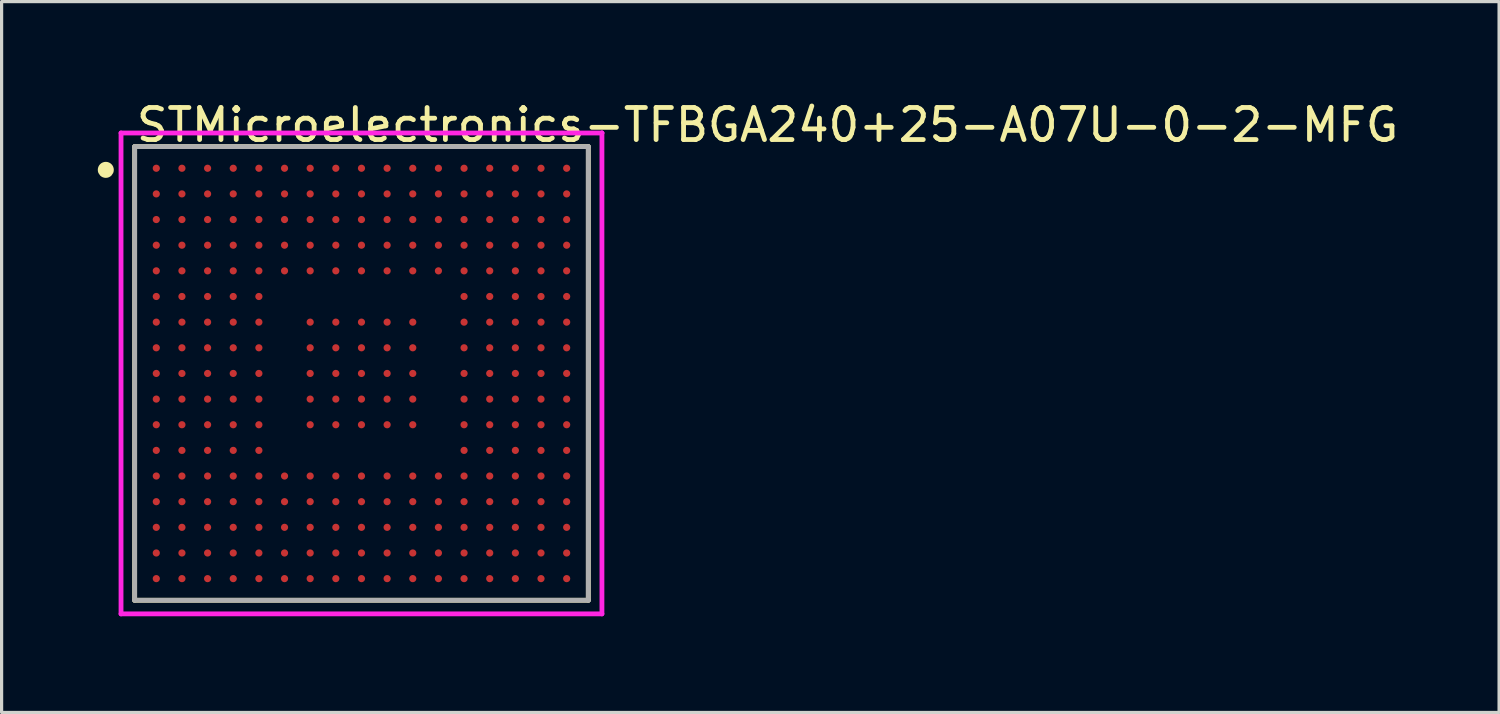
<source format=kicad_pcb>
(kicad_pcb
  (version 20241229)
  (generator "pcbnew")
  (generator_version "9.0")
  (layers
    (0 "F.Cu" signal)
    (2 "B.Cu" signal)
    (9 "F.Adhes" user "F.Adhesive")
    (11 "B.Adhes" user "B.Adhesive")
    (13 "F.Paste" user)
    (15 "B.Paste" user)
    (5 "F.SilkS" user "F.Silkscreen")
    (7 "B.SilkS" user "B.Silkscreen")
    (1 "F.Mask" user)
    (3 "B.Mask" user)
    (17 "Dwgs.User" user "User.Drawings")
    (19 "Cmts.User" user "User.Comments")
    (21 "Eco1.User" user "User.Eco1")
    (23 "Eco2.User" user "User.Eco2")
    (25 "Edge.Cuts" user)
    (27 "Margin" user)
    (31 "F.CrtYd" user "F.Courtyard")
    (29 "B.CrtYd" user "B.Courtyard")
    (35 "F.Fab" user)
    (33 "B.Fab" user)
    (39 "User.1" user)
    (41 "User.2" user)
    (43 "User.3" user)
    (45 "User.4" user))
  (footprint "STMicroelectronics-TFBGA240+25-A07U-0-2-MFG"
    (layer "F.Cu")
    (at 8.225 8.598)
    (property "Reference" "STMicroelectronics-TFBGA240+25-A07U-0-2-MFG" (at -7.1 -7.75 0) (layer "F.SilkS") (effects (font (size 1 1) (thickness 0.15)) (justify left)))
    (attr through_hole)
    (fp_line (start -7.075 -7.075) (end 7.075 -7.075) (stroke (width 0.15) (type solid)) (layer "F.SilkS"))
    (fp_line (start -7.075 7.075) (end -7.075 -7.075) (stroke (width 0.15) (type solid)) (layer "F.SilkS"))
    (fp_line (start -7.075 7.075) (end 7.075 7.075) (stroke (width 0.15) (type solid)) (layer "F.SilkS"))
    (fp_line (start 7.075 7.075) (end 7.075 -7.075) (stroke (width 0.15) (type solid)) (layer "F.SilkS"))
    (fp_circle (center -7.975 -6.35) (end -7.85 -6.35) (stroke (width 0.25) (type solid)) (fill no) (layer "F.SilkS"))
    (fp_line (start -7.5 -7.5) (end -7.5 7.5) (stroke (width 0.15) (type solid)) (layer "F.CrtYd"))
    (fp_line (start -7.5 7.5) (end 7.5 7.5) (stroke (width 0.15) (type solid)) (layer "F.CrtYd"))
    (fp_line (start 7.5 -7.5) (end -7.5 -7.5) (stroke (width 0.15) (type solid)) (layer "F.CrtYd"))
    (fp_line (start 7.5 -7.5) (end 7.5 -7.5) (stroke (width 0.15) (type solid)) (layer "F.CrtYd"))
    (fp_line (start 7.5 7.5) (end 7.5 -7.5) (stroke (width 0.15) (type solid)) (layer "F.CrtYd"))
    (fp_line (start -7.075 -7.075) (end 7.075 -7.075) (stroke (width 0.15) (type solid)) (layer "F.Fab"))
    (fp_line (start -7.075 7.075) (end -7.075 -7.075) (stroke (width 0.15) (type solid)) (layer "F.Fab"))
    (fp_line (start 7.075 -7.075) (end 7.075 7.075) (stroke (width 0.15) (type solid)) (layer "F.Fab"))
    (fp_line (start 7.075 7.075) (end -7.075 7.075) (stroke (width 0.15) (type solid)) (layer "F.Fab"))
    (pad "" smd circle (at -6.4 -6.4) (size 0.25 0.25) (layers "F.Paste"))
    (pad "" smd circle (at -6.4 -5.6) (size 0.25 0.25) (layers "F.Paste"))
    (pad "" smd circle (at -6.4 -4.8) (size 0.25 0.25) (layers "F.Paste"))
    (pad "" smd circle (at -6.4 -4) (size 0.25 0.25) (layers "F.Paste"))
    (pad "" smd circle (at -6.4 -3.2) (size 0.25 0.25) (layers "F.Paste"))
    (pad "" smd circle (at -6.4 -2.4) (size 0.25 0.25) (layers "F.Paste"))
    (pad "" smd circle (at -6.4 -1.6) (size 0.25 0.25) (layers "F.Paste"))
    (pad "" smd circle (at -6.4 -0.8) (size 0.25 0.25) (layers "F.Paste"))
    (pad "" smd circle (at -6.4 0.000002) (size 0.25 0.25) (layers "F.Paste"))
    (pad "" smd circle (at -6.4 0.8) (size 0.25 0.25) (layers "F.Paste"))
    (pad "" smd circle (at -6.4 1.6) (size 0.25 0.25) (layers "F.Paste"))
    (pad "" smd circle (at -6.4 2.4) (size 0.25 0.25) (layers "F.Paste"))
    (pad "" smd circle (at -6.4 3.2) (size 0.25 0.25) (layers "F.Paste"))
    (pad "" smd circle (at -6.4 4) (size 0.25 0.25) (layers "F.Paste"))
    (pad "" smd circle (at -6.4 4.8) (size 0.25 0.25) (layers "F.Paste"))
    (pad "" smd circle (at -6.4 5.6) (size 0.25 0.25) (layers "F.Paste"))
    (pad "" smd circle (at -6.4 6.4) (size 0.25 0.25) (layers "F.Paste"))
    (pad "" smd circle (at -5.6 -6.4) (size 0.25 0.25) (layers "F.Paste"))
    (pad "" smd circle (at -5.6 -5.6) (size 0.25 0.25) (layers "F.Paste"))
    (pad "" smd circle (at -5.6 -4.8) (size 0.25 0.25) (layers "F.Paste"))
    (pad "" smd circle (at -5.6 -4) (size 0.25 0.25) (layers "F.Paste"))
    (pad "" smd circle (at -5.6 -3.2) (size 0.25 0.25) (layers "F.Paste"))
    (pad "" smd circle (at -5.6 -2.4) (size 0.25 0.25) (layers "F.Paste"))
    (pad "" smd circle (at -5.6 -1.6) (size 0.25 0.25) (layers "F.Paste"))
    (pad "" smd circle (at -5.6 -0.8) (size 0.25 0.25) (layers "F.Paste"))
    (pad "" smd circle (at -5.6 0.000002) (size 0.25 0.25) (layers "F.Paste"))
    (pad "" smd circle (at -5.6 0.8) (size 0.25 0.25) (layers "F.Paste"))
    (pad "" smd circle (at -5.6 1.6) (size 0.25 0.25) (layers "F.Paste"))
    (pad "" smd circle (at -5.6 2.4) (size 0.25 0.25) (layers "F.Paste"))
    (pad "" smd circle (at -5.6 3.2) (size 0.25 0.25) (layers "F.Paste"))
    (pad "" smd circle (at -5.6 4) (size 0.25 0.25) (layers "F.Paste"))
    (pad "" smd circle (at -5.6 4.8) (size 0.25 0.25) (layers "F.Paste"))
    (pad "" smd circle (at -5.6 5.6) (size 0.25 0.25) (layers "F.Paste"))
    (pad "" smd circle (at -5.6 6.4) (size 0.25 0.25) (layers "F.Paste"))
    (pad "" smd circle (at -4.8 -6.4) (size 0.25 0.25) (layers "F.Paste"))
    (pad "" smd circle (at -4.8 -5.6) (size 0.25 0.25) (layers "F.Paste"))
    (pad "" smd circle (at -4.8 -4.8) (size 0.25 0.25) (layers "F.Paste"))
    (pad "" smd circle (at -4.8 -4) (size 0.25 0.25) (layers "F.Paste"))
    (pad "" smd circle (at -4.8 -3.2) (size 0.25 0.25) (layers "F.Paste"))
    (pad "" smd circle (at -4.8 -2.4) (size 0.25 0.25) (layers "F.Paste"))
    (pad "" smd circle (at -4.8 -1.6) (size 0.25 0.25) (layers "F.Paste"))
    (pad "" smd circle (at -4.8 -0.8) (size 0.25 0.25) (layers "F.Paste"))
    (pad "" smd circle (at -4.8 0.000002) (size 0.25 0.25) (layers "F.Paste"))
    (pad "" smd circle (at -4.8 0.8) (size 0.25 0.25) (layers "F.Paste"))
    (pad "" smd circle (at -4.8 1.6) (size 0.25 0.25) (layers "F.Paste"))
    (pad "" smd circle (at -4.8 2.4) (size 0.25 0.25) (layers "F.Paste"))
    (pad "" smd circle (at -4.8 3.2) (size 0.25 0.25) (layers "F.Paste"))
    (pad "" smd circle (at -4.8 4) (size 0.25 0.25) (layers "F.Paste"))
    (pad "" smd circle (at -4.8 4.8) (size 0.25 0.25) (layers "F.Paste"))
    (pad "" smd circle (at -4.8 5.6) (size 0.25 0.25) (layers "F.Paste"))
    (pad "" smd circle (at -4.8 6.4) (size 0.25 0.25) (layers "F.Paste"))
    (pad "" smd circle (at -4 -6.4) (size 0.25 0.25) (layers "F.Paste"))
    (pad "" smd circle (at -4 -5.6) (size 0.25 0.25) (layers "F.Paste"))
    (pad "" smd circle (at -4 -4.8) (size 0.25 0.25) (layers "F.Paste"))
    (pad "" smd circle (at -4 -4) (size 0.25 0.25) (layers "F.Paste"))
    (pad "" smd circle (at -4 -3.2) (size 0.25 0.25) (layers "F.Paste"))
    (pad "" smd circle (at -4 -2.4) (size 0.25 0.25) (layers "F.Paste"))
    (pad "" smd circle (at -4 -1.6) (size 0.25 0.25) (layers "F.Paste"))
    (pad "" smd circle (at -4 -0.8) (size 0.25 0.25) (layers "F.Paste"))
    (pad "" smd circle (at -4 0.000002) (size 0.25 0.25) (layers "F.Paste"))
    (pad "" smd circle (at -4 0.8) (size 0.25 0.25) (layers "F.Paste"))
    (pad "" smd circle (at -4 1.6) (size 0.25 0.25) (layers "F.Paste"))
    (pad "" smd circle (at -4 2.4) (size 0.25 0.25) (layers "F.Paste"))
    (pad "" smd circle (at -4 3.2) (size 0.25 0.25) (layers "F.Paste"))
    (pad "" smd circle (at -4 4) (size 0.25 0.25) (layers "F.Paste"))
    (pad "" smd circle (at -4 4.8) (size 0.25 0.25) (layers "F.Paste"))
    (pad "" smd circle (at -4 5.6) (size 0.25 0.25) (layers "F.Paste"))
    (pad "" smd circle (at -4 6.4) (size 0.25 0.25) (layers "F.Paste"))
    (pad "" smd circle (at -3.2 -6.4) (size 0.25 0.25) (layers "F.Paste"))
    (pad "" smd circle (at -3.2 -5.6) (size 0.25 0.25) (layers "F.Paste"))
    (pad "" smd circle (at -3.2 -4.8) (size 0.25 0.25) (layers "F.Paste"))
    (pad "" smd circle (at -3.2 -4) (size 0.25 0.25) (layers "F.Paste"))
    (pad "" smd circle (at -3.2 -3.2) (size 0.25 0.25) (layers "F.Paste"))
    (pad "" smd circle (at -3.2 -2.4) (size 0.25 0.25) (layers "F.Paste"))
    (pad "" smd circle (at -3.2 -1.6) (size 0.25 0.25) (layers "F.Paste"))
    (pad "" smd circle (at -3.2 -0.8) (size 0.25 0.25) (layers "F.Paste"))
    (pad "" smd circle (at -3.2 0.000002) (size 0.25 0.25) (layers "F.Paste"))
    (pad "" smd circle (at -3.2 0.8) (size 0.25 0.25) (layers "F.Paste"))
    (pad "" smd circle (at -3.2 1.6) (size 0.25 0.25) (layers "F.Paste"))
    (pad "" smd circle (at -3.2 2.4) (size 0.25 0.25) (layers "F.Paste"))
    (pad "" smd circle (at -3.2 3.2) (size 0.25 0.25) (layers "F.Paste"))
    (pad "" smd circle (at -3.2 4) (size 0.25 0.25) (layers "F.Paste"))
    (pad "" smd circle (at -3.2 4.8) (size 0.25 0.25) (layers "F.Paste"))
    (pad "" smd circle (at -3.2 5.6) (size 0.25 0.25) (layers "F.Paste"))
    (pad "" smd circle (at -3.2 6.4) (size 0.25 0.25) (layers "F.Paste"))
    (pad "" smd circle (at -2.4 -6.4) (size 0.25 0.25) (layers "F.Paste"))
    (pad "" smd circle (at -2.4 -5.6) (size 0.25 0.25) (layers "F.Paste"))
    (pad "" smd circle (at -2.4 -4.8) (size 0.25 0.25) (layers "F.Paste"))
    (pad "" smd circle (at -2.4 -4) (size 0.25 0.25) (layers "F.Paste"))
    (pad "" smd circle (at -2.4 -3.2) (size 0.25 0.25) (layers "F.Paste"))
    (pad "" smd circle (at -2.4 3.2) (size 0.25 0.25) (layers "F.Paste"))
    (pad "" smd circle (at -2.4 4) (size 0.25 0.25) (layers "F.Paste"))
    (pad "" smd circle (at -2.4 4.8) (size 0.25 0.25) (layers "F.Paste"))
    (pad "" smd circle (at -2.4 5.6) (size 0.25 0.25) (layers "F.Paste"))
    (pad "" smd circle (at -2.4 6.4) (size 0.25 0.25) (layers "F.Paste"))
    (pad "" smd circle (at -1.6 -6.4) (size 0.25 0.25) (layers "F.Paste"))
    (pad "" smd circle (at -1.6 -5.6) (size 0.25 0.25) (layers "F.Paste"))
    (pad "" smd circle (at -1.6 -4.8) (size 0.25 0.25) (layers "F.Paste"))
    (pad "" smd circle (at -1.6 -4) (size 0.25 0.25) (layers "F.Paste"))
    (pad "" smd circle (at -1.6 -3.2) (size 0.25 0.25) (layers "F.Paste"))
    (pad "" smd circle (at -1.6 -1.6) (size 0.25 0.25) (layers "F.Paste"))
    (pad "" smd circle (at -1.6 -0.8) (size 0.25 0.25) (layers "F.Paste"))
    (pad "" smd circle (at -1.6 0.000002) (size 0.25 0.25) (layers "F.Paste"))
    (pad "" smd circle (at -1.6 0.8) (size 0.25 0.25) (layers "F.Paste"))
    (pad "" smd circle (at -1.6 1.6) (size 0.25 0.25) (layers "F.Paste"))
    (pad "" smd circle (at -1.6 3.2) (size 0.25 0.25) (layers "F.Paste"))
    (pad "" smd circle (at -1.6 4) (size 0.25 0.25) (layers "F.Paste"))
    (pad "" smd circle (at -1.6 4.8) (size 0.25 0.25) (layers "F.Paste"))
    (pad "" smd circle (at -1.6 5.6) (size 0.25 0.25) (layers "F.Paste"))
    (pad "" smd circle (at -1.6 6.4) (size 0.25 0.25) (layers "F.Paste"))
    (pad "" smd circle (at -0.8 -6.4) (size 0.25 0.25) (layers "F.Paste"))
    (pad "" smd circle (at -0.8 -5.6) (size 0.25 0.25) (layers "F.Paste"))
    (pad "" smd circle (at -0.8 -4.8) (size 0.25 0.25) (layers "F.Paste"))
    (pad "" smd circle (at -0.8 -4) (size 0.25 0.25) (layers "F.Paste"))
    (pad "" smd circle (at -0.8 -3.2) (size 0.25 0.25) (layers "F.Paste"))
    (pad "" smd circle (at -0.8 -1.6) (size 0.25 0.25) (layers "F.Paste"))
    (pad "" smd circle (at -0.8 -0.8) (size 0.25 0.25) (layers "F.Paste"))
    (pad "" smd circle (at -0.8 0.000002) (size 0.25 0.25) (layers "F.Paste"))
    (pad "" smd circle (at -0.8 0.8) (size 0.25 0.25) (layers "F.Paste"))
    (pad "" smd circle (at -0.8 1.6) (size 0.25 0.25) (layers "F.Paste"))
    (pad "" smd circle (at -0.8 3.2) (size 0.25 0.25) (layers "F.Paste"))
    (pad "" smd circle (at -0.8 4) (size 0.25 0.25) (layers "F.Paste"))
    (pad "" smd circle (at -0.8 4.8) (size 0.25 0.25) (layers "F.Paste"))
    (pad "" smd circle (at -0.8 5.6) (size 0.25 0.25) (layers "F.Paste"))
    (pad "" smd circle (at -0.8 6.4) (size 0.25 0.25) (layers "F.Paste"))
    (pad "" smd circle (at 0 -6.4) (size 0.25 0.25) (layers "F.Paste"))
    (pad "" smd circle (at 0 -5.6) (size 0.25 0.25) (layers "F.Paste"))
    (pad "" smd circle (at 0 -4.8) (size 0.25 0.25) (layers "F.Paste"))
    (pad "" smd circle (at 0 -4) (size 0.25 0.25) (layers "F.Paste"))
    (pad "" smd circle (at 0 -3.2) (size 0.25 0.25) (layers "F.Paste"))
    (pad "" smd circle (at 0 -1.6) (size 0.25 0.25) (layers "F.Paste"))
    (pad "" smd circle (at 0 -0.8) (size 0.25 0.25) (layers "F.Paste"))
    (pad "" smd circle (at 0 0.000002) (size 0.25 0.25) (layers "F.Paste"))
    (pad "" smd circle (at 0 0.8) (size 0.25 0.25) (layers "F.Paste"))
    (pad "" smd circle (at 0 1.6) (size 0.25 0.25) (layers "F.Paste"))
    (pad "" smd circle (at 0 3.2) (size 0.25 0.25) (layers "F.Paste"))
    (pad "" smd circle (at 0 4) (size 0.25 0.25) (layers "F.Paste"))
    (pad "" smd circle (at 0 4.8) (size 0.25 0.25) (layers "F.Paste"))
    (pad "" smd circle (at 0 5.6) (size 0.25 0.25) (layers "F.Paste"))
    (pad "" smd circle (at 0 6.4) (size 0.25 0.25) (layers "F.Paste"))
    (pad "" smd circle (at 0.8 -6.4) (size 0.25 0.25) (layers "F.Paste"))
    (pad "" smd circle (at 0.8 -5.6) (size 0.25 0.25) (layers "F.Paste"))
    (pad "" smd circle (at 0.8 -4.8) (size 0.25 0.25) (layers "F.Paste"))
    (pad "" smd circle (at 0.8 -4) (size 0.25 0.25) (layers "F.Paste"))
    (pad "" smd circle (at 0.8 -3.2) (size 0.25 0.25) (layers "F.Paste"))
    (pad "" smd circle (at 0.8 -1.6) (size 0.25 0.25) (layers "F.Paste"))
    (pad "" smd circle (at 0.8 -0.8) (size 0.25 0.25) (layers "F.Paste"))
    (pad "" smd circle (at 0.8 0.000002) (size 0.25 0.25) (layers "F.Paste"))
    (pad "" smd circle (at 0.8 0.8) (size 0.25 0.25) (layers "F.Paste"))
    (pad "" smd circle (at 0.8 1.6) (size 0.25 0.25) (layers "F.Paste"))
    (pad "" smd circle (at 0.8 3.2) (size 0.25 0.25) (layers "F.Paste"))
    (pad "" smd circle (at 0.8 4) (size 0.25 0.25) (layers "F.Paste"))
    (pad "" smd circle (at 0.8 4.8) (size 0.25 0.25) (layers "F.Paste"))
    (pad "" smd circle (at 0.8 5.6) (size 0.25 0.25) (layers "F.Paste"))
    (pad "" smd circle (at 0.8 6.4) (size 0.25 0.25) (layers "F.Paste"))
    (pad "" smd circle (at 1.6 -6.4) (size 0.25 0.25) (layers "F.Paste"))
    (pad "" smd circle (at 1.6 -5.6) (size 0.25 0.25) (layers "F.Paste"))
    (pad "" smd circle (at 1.6 -4.8) (size 0.25 0.25) (layers "F.Paste"))
    (pad "" smd circle (at 1.6 -4) (size 0.25 0.25) (layers "F.Paste"))
    (pad "" smd circle (at 1.6 -3.2) (size 0.25 0.25) (layers "F.Paste"))
    (pad "" smd circle (at 1.6 -1.6) (size 0.25 0.25) (layers "F.Paste"))
    (pad "" smd circle (at 1.6 -0.8) (size 0.25 0.25) (layers "F.Paste"))
    (pad "" smd circle (at 1.6 0.000002) (size 0.25 0.25) (layers "F.Paste"))
    (pad "" smd circle (at 1.6 0.8) (size 0.25 0.25) (layers "F.Paste"))
    (pad "" smd circle (at 1.6 1.6) (size 0.25 0.25) (layers "F.Paste"))
    (pad "" smd circle (at 1.6 3.2) (size 0.25 0.25) (layers "F.Paste"))
    (pad "" smd circle (at 1.6 4) (size 0.25 0.25) (layers "F.Paste"))
    (pad "" smd circle (at 1.6 4.8) (size 0.25 0.25) (layers "F.Paste"))
    (pad "" smd circle (at 1.6 5.6) (size 0.25 0.25) (layers "F.Paste"))
    (pad "" smd circle (at 1.6 6.4) (size 0.25 0.25) (layers "F.Paste"))
    (pad "" smd circle (at 2.4 -6.4) (size 0.25 0.25) (layers "F.Paste"))
    (pad "" smd circle (at 2.4 -5.6) (size 0.25 0.25) (layers "F.Paste"))
    (pad "" smd circle (at 2.4 -4.8) (size 0.25 0.25) (layers "F.Paste"))
    (pad "" smd circle (at 2.4 -4) (size 0.25 0.25) (layers "F.Paste"))
    (pad "" smd circle (at 2.4 -3.2) (size 0.25 0.25) (layers "F.Paste"))
    (pad "" smd circle (at 2.4 3.2) (size 0.25 0.25) (layers "F.Paste"))
    (pad "" smd circle (at 2.4 4) (size 0.25 0.25) (layers "F.Paste"))
    (pad "" smd circle (at 2.4 4.8) (size 0.25 0.25) (layers "F.Paste"))
    (pad "" smd circle (at 2.4 5.6) (size 0.25 0.25) (layers "F.Paste"))
    (pad "" smd circle (at 2.4 6.4) (size 0.25 0.25) (layers "F.Paste"))
    (pad "" smd circle (at 3.2 -6.4) (size 0.25 0.25) (layers "F.Paste"))
    (pad "" smd circle (at 3.2 -5.6) (size 0.25 0.25) (layers "F.Paste"))
    (pad "" smd circle (at 3.2 -4.8) (size 0.25 0.25) (layers "F.Paste"))
    (pad "" smd circle (at 3.2 -4) (size 0.25 0.25) (layers "F.Paste"))
    (pad "" smd circle (at 3.2 -3.2) (size 0.25 0.25) (layers "F.Paste"))
    (pad "" smd circle (at 3.2 -2.4) (size 0.25 0.25) (layers "F.Paste"))
    (pad "" smd circle (at 3.2 -1.6) (size 0.25 0.25) (layers "F.Paste"))
    (pad "" smd circle (at 3.2 -0.8) (size 0.25 0.25) (layers "F.Paste"))
    (pad "" smd circle (at 3.2 0.000002) (size 0.25 0.25) (layers "F.Paste"))
    (pad "" smd circle (at 3.2 0.8) (size 0.25 0.25) (layers "F.Paste"))
    (pad "" smd circle (at 3.2 1.6) (size 0.25 0.25) (layers "F.Paste"))
    (pad "" smd circle (at 3.2 2.4) (size 0.25 0.25) (layers "F.Paste"))
    (pad "" smd circle (at 3.2 3.2) (size 0.25 0.25) (layers "F.Paste"))
    (pad "" smd circle (at 3.2 4) (size 0.25 0.25) (layers "F.Paste"))
    (pad "" smd circle (at 3.2 4.8) (size 0.25 0.25) (layers "F.Paste"))
    (pad "" smd circle (at 3.2 5.6) (size 0.25 0.25) (layers "F.Paste"))
    (pad "" smd circle (at 3.2 6.4) (size 0.25 0.25) (layers "F.Paste"))
    (pad "" smd circle (at 4 -6.4) (size 0.25 0.25) (layers "F.Paste"))
    (pad "" smd circle (at 4 -5.6) (size 0.25 0.25) (layers "F.Paste"))
    (pad "" smd circle (at 4 -4.8) (size 0.25 0.25) (layers "F.Paste"))
    (pad "" smd circle (at 4 -4) (size 0.25 0.25) (layers "F.Paste"))
    (pad "" smd circle (at 4 -3.2) (size 0.25 0.25) (layers "F.Paste"))
    (pad "" smd circle (at 4 -2.4) (size 0.25 0.25) (layers "F.Paste"))
    (pad "" smd circle (at 4 -1.6) (size 0.25 0.25) (layers "F.Paste"))
    (pad "" smd circle (at 4 -0.8) (size 0.25 0.25) (layers "F.Paste"))
    (pad "" smd circle (at 4 0.000002) (size 0.25 0.25) (layers "F.Paste"))
    (pad "" smd circle (at 4 0.8) (size 0.25 0.25) (layers "F.Paste"))
    (pad "" smd circle (at 4 1.6) (size 0.25 0.25) (layers "F.Paste"))
    (pad "" smd circle (at 4 2.4) (size 0.25 0.25) (layers "F.Paste"))
    (pad "" smd circle (at 4 3.2) (size 0.25 0.25) (layers "F.Paste"))
    (pad "" smd circle (at 4 4) (size 0.25 0.25) (layers "F.Paste"))
    (pad "" smd circle (at 4 4.8) (size 0.25 0.25) (layers "F.Paste"))
    (pad "" smd circle (at 4 5.6) (size 0.25 0.25) (layers "F.Paste"))
    (pad "" smd circle (at 4 6.4) (size 0.25 0.25) (layers "F.Paste"))
    (pad "" smd circle (at 4.8 -6.4) (size 0.25 0.25) (layers "F.Paste"))
    (pad "" smd circle (at 4.8 -5.6) (size 0.25 0.25) (layers "F.Paste"))
    (pad "" smd circle (at 4.8 -4.8) (size 0.25 0.25) (layers "F.Paste"))
    (pad "" smd circle (at 4.8 -4) (size 0.25 0.25) (layers "F.Paste"))
    (pad "" smd circle (at 4.8 -3.2) (size 0.25 0.25) (layers "F.Paste"))
    (pad "" smd circle (at 4.8 -2.4) (size 0.25 0.25) (layers "F.Paste"))
    (pad "" smd circle (at 4.8 -1.6) (size 0.25 0.25) (layers "F.Paste"))
    (pad "" smd circle (at 4.8 -0.8) (size 0.25 0.25) (layers "F.Paste"))
    (pad "" smd circle (at 4.8 0.000002) (size 0.25 0.25) (layers "F.Paste"))
    (pad "" smd circle (at 4.8 0.8) (size 0.25 0.25) (layers "F.Paste"))
    (pad "" smd circle (at 4.8 1.6) (size 0.25 0.25) (layers "F.Paste"))
    (pad "" smd circle (at 4.8 2.4) (size 0.25 0.25) (layers "F.Paste"))
    (pad "" smd circle (at 4.8 3.2) (size 0.25 0.25) (layers "F.Paste"))
    (pad "" smd circle (at 4.8 4) (size 0.25 0.25) (layers "F.Paste"))
    (pad "" smd circle (at 4.8 4.8) (size 0.25 0.25) (layers "F.Paste"))
    (pad "" smd circle (at 4.8 5.6) (size 0.25 0.25) (layers "F.Paste"))
    (pad "" smd circle (at 4.8 6.4) (size 0.25 0.25) (layers "F.Paste"))
    (pad "" smd circle (at 5.6 -6.4) (size 0.25 0.25) (layers "F.Paste"))
    (pad "" smd circle (at 5.6 -5.6) (size 0.25 0.25) (layers "F.Paste"))
    (pad "" smd circle (at 5.6 -4.8) (size 0.25 0.25) (layers "F.Paste"))
    (pad "" smd circle (at 5.6 -4) (size 0.25 0.25) (layers "F.Paste"))
    (pad "" smd circle (at 5.6 -3.2) (size 0.25 0.25) (layers "F.Paste"))
    (pad "" smd circle (at 5.6 -2.4) (size 0.25 0.25) (layers "F.Paste"))
    (pad "" smd circle (at 5.6 -1.6) (size 0.25 0.25) (layers "F.Paste"))
    (pad "" smd circle (at 5.6 -0.8) (size 0.25 0.25) (layers "F.Paste"))
    (pad "" smd circle (at 5.6 0.000002) (size 0.25 0.25) (layers "F.Paste"))
    (pad "" smd circle (at 5.6 0.8) (size 0.25 0.25) (layers "F.Paste"))
    (pad "" smd circle (at 5.6 1.6) (size 0.25 0.25) (layers "F.Paste"))
    (pad "" smd circle (at 5.6 2.4) (size 0.25 0.25) (layers "F.Paste"))
    (pad "" smd circle (at 5.6 3.2) (size 0.25 0.25) (layers "F.Paste"))
    (pad "" smd circle (at 5.6 4) (size 0.25 0.25) (layers "F.Paste"))
    (pad "" smd circle (at 5.6 4.8) (size 0.25 0.25) (layers "F.Paste"))
    (pad "" smd circle (at 5.6 5.6) (size 0.25 0.25) (layers "F.Paste"))
    (pad "" smd circle (at 5.6 6.4) (size 0.25 0.25) (layers "F.Paste"))
    (pad "" smd circle (at 6.4 -6.4) (size 0.25 0.25) (layers "F.Paste"))
    (pad "" smd circle (at 6.4 -5.6) (size 0.25 0.25) (layers "F.Paste"))
    (pad "" smd circle (at 6.4 -4.8) (size 0.25 0.25) (layers "F.Paste"))
    (pad "" smd circle (at 6.4 -4) (size 0.25 0.25) (layers "F.Paste"))
    (pad "" smd circle (at 6.4 -3.2) (size 0.25 0.25) (layers "F.Paste"))
    (pad "" smd circle (at 6.4 -2.4) (size 0.25 0.25) (layers "F.Paste"))
    (pad "" smd circle (at 6.4 -1.6) (size 0.25 0.25) (layers "F.Paste"))
    (pad "" smd circle (at 6.4 -0.8) (size 0.25 0.25) (layers "F.Paste"))
    (pad "" smd circle (at 6.4 0.000002) (size 0.25 0.25) (layers "F.Paste"))
    (pad "" smd circle (at 6.4 0.8) (size 0.25 0.25) (layers "F.Paste"))
    (pad "" smd circle (at 6.4 1.6) (size 0.25 0.25) (layers "F.Paste"))
    (pad "" smd circle (at 6.4 2.4) (size 0.25 0.25) (layers "F.Paste"))
    (pad "" smd circle (at 6.4 3.2) (size 0.25 0.25) (layers "F.Paste"))
    (pad "" smd circle (at 6.4 4) (size 0.25 0.25) (layers "F.Paste"))
    (pad "" smd circle (at 6.4 4.8) (size 0.25 0.25) (layers "F.Paste"))
    (pad "" smd circle (at 6.4 5.6) (size 0.25 0.25) (layers "F.Paste"))
    (pad "" smd circle (at 6.4 6.4) (size 0.25 0.25) (layers "F.Paste"))
    (pad "A1" smd circle (at -6.4 -6.4) (size 0.225 0.225) (layers "F.Cu" "F.Mask"))
    (pad "A2" smd circle (at -5.6 -6.4) (size 0.225 0.225) (layers "F.Cu" "F.Mask"))
    (pad "A3" smd circle (at -4.8 -6.4) (size 0.225 0.225) (layers "F.Cu" "F.Mask"))
    (pad "A4" smd circle (at -4 -6.4) (size 0.225 0.225) (layers "F.Cu" "F.Mask"))
    (pad "A5" smd circle (at -3.2 -6.4) (size 0.225 0.225) (layers "F.Cu" "F.Mask"))
    (pad "A6" smd circle (at -2.4 -6.4) (size 0.225 0.225) (layers "F.Cu" "F.Mask"))
    (pad "A7" smd circle (at -1.6 -6.4) (size 0.225 0.225) (layers "F.Cu" "F.Mask"))
    (pad "A8" smd circle (at -0.8 -6.4) (size 0.225 0.225) (layers "F.Cu" "F.Mask"))
    (pad "A9" smd circle (at 0 -6.4) (size 0.225 0.225) (layers "F.Cu" "F.Mask"))
    (pad "A10" smd circle (at 0.8 -6.4) (size 0.225 0.225) (layers "F.Cu" "F.Mask"))
    (pad "A11" smd circle (at 1.6 -6.4) (size 0.225 0.225) (layers "F.Cu" "F.Mask"))
    (pad "A12" smd circle (at 2.4 -6.4) (size 0.225 0.225) (layers "F.Cu" "F.Mask"))
    (pad "A13" smd circle (at 3.2 -6.4) (size 0.225 0.225) (layers "F.Cu" "F.Mask"))
    (pad "A14" smd circle (at 4 -6.4) (size 0.225 0.225) (layers "F.Cu" "F.Mask"))
    (pad "A15" smd circle (at 4.8 -6.4) (size 0.225 0.225) (layers "F.Cu" "F.Mask"))
    (pad "A16" smd circle (at 5.6 -6.4) (size 0.225 0.225) (layers "F.Cu" "F.Mask"))
    (pad "A17" smd circle (at 6.4 -6.4) (size 0.225 0.225) (layers "F.Cu" "F.Mask"))
    (pad "B1" smd circle (at -6.4 -5.6) (size 0.225 0.225) (layers "F.Cu" "F.Mask"))
    (pad "B2" smd circle (at -5.6 -5.6) (size 0.225 0.225) (layers "F.Cu" "F.Mask"))
    (pad "B3" smd circle (at -4.8 -5.6) (size 0.225 0.225) (layers "F.Cu" "F.Mask"))
    (pad "B4" smd circle (at -4 -5.6) (size 0.225 0.225) (layers "F.Cu" "F.Mask"))
    (pad "B5" smd circle (at -3.2 -5.6) (size 0.225 0.225) (layers "F.Cu" "F.Mask"))
    (pad "B6" smd circle (at -2.4 -5.6) (size 0.225 0.225) (layers "F.Cu" "F.Mask"))
    (pad "B7" smd circle (at -1.6 -5.6) (size 0.225 0.225) (layers "F.Cu" "F.Mask"))
    (pad "B8" smd circle (at -0.8 -5.6) (size 0.225 0.225) (layers "F.Cu" "F.Mask"))
    (pad "B9" smd circle (at 0 -5.6) (size 0.225 0.225) (layers "F.Cu" "F.Mask"))
    (pad "B10" smd circle (at 0.8 -5.6) (size 0.225 0.225) (layers "F.Cu" "F.Mask"))
    (pad "B11" smd circle (at 1.6 -5.6) (size 0.225 0.225) (layers "F.Cu" "F.Mask"))
    (pad "B12" smd circle (at 2.4 -5.6) (size 0.225 0.225) (layers "F.Cu" "F.Mask"))
    (pad "B13" smd circle (at 3.2 -5.6) (size 0.225 0.225) (layers "F.Cu" "F.Mask"))
    (pad "B14" smd circle (at 4 -5.6) (size 0.225 0.225) (layers "F.Cu" "F.Mask"))
    (pad "B15" smd circle (at 4.8 -5.6) (size 0.225 0.225) (layers "F.Cu" "F.Mask"))
    (pad "B16" smd circle (at 5.6 -5.6) (size 0.225 0.225) (layers "F.Cu" "F.Mask"))
    (pad "B17" smd circle (at 6.4 -5.6) (size 0.225 0.225) (layers "F.Cu" "F.Mask"))
    (pad "C1" smd circle (at -6.4 -4.8) (size 0.225 0.225) (layers "F.Cu" "F.Mask"))
    (pad "C2" smd circle (at -5.6 -4.8) (size 0.225 0.225) (layers "F.Cu" "F.Mask"))
    (pad "C3" smd circle (at -4.8 -4.8) (size 0.225 0.225) (layers "F.Cu" "F.Mask"))
    (pad "C4" smd circle (at -4 -4.8) (size 0.225 0.225) (layers "F.Cu" "F.Mask"))
    (pad "C5" smd circle (at -3.2 -4.8) (size 0.225 0.225) (layers "F.Cu" "F.Mask"))
    (pad "C6" smd circle (at -2.4 -4.8) (size 0.225 0.225) (layers "F.Cu" "F.Mask"))
    (pad "C7" smd circle (at -1.6 -4.8) (size 0.225 0.225) (layers "F.Cu" "F.Mask"))
    (pad "C8" smd circle (at -0.8 -4.8) (size 0.225 0.225) (layers "F.Cu" "F.Mask"))
    (pad "C9" smd circle (at 0 -4.8) (size 0.225 0.225) (layers "F.Cu" "F.Mask"))
    (pad "C10" smd circle (at 0.8 -4.8) (size 0.225 0.225) (layers "F.Cu" "F.Mask"))
    (pad "C11" smd circle (at 1.6 -4.8) (size 0.225 0.225) (layers "F.Cu" "F.Mask"))
    (pad "C12" smd circle (at 2.4 -4.8) (size 0.225 0.225) (layers "F.Cu" "F.Mask"))
    (pad "C13" smd circle (at 3.2 -4.8) (size 0.225 0.225) (layers "F.Cu" "F.Mask"))
    (pad "C14" smd circle (at 4 -4.8) (size 0.225 0.225) (layers "F.Cu" "F.Mask"))
    (pad "C15" smd circle (at 4.8 -4.8) (size 0.225 0.225) (layers "F.Cu" "F.Mask"))
    (pad "C16" smd circle (at 5.6 -4.8) (size 0.225 0.225) (layers "F.Cu" "F.Mask"))
    (pad "C17" smd circle (at 6.4 -4.8) (size 0.225 0.225) (layers "F.Cu" "F.Mask"))
    (pad "D1" smd circle (at -6.4 -4) (size 0.225 0.225) (layers "F.Cu" "F.Mask"))
    (pad "D2" smd circle (at -5.6 -4) (size 0.225 0.225) (layers "F.Cu" "F.Mask"))
    (pad "D3" smd circle (at -4.8 -4) (size 0.225 0.225) (layers "F.Cu" "F.Mask"))
    (pad "D4" smd circle (at -4 -4) (size 0.225 0.225) (layers "F.Cu" "F.Mask"))
    (pad "D5" smd circle (at -3.2 -4) (size 0.225 0.225) (layers "F.Cu" "F.Mask"))
    (pad "D6" smd circle (at -2.4 -4) (size 0.225 0.225) (layers "F.Cu" "F.Mask"))
    (pad "D7" smd circle (at -1.6 -4) (size 0.225 0.225) (layers "F.Cu" "F.Mask"))
    (pad "D8" smd circle (at -0.8 -4) (size 0.225 0.225) (layers "F.Cu" "F.Mask"))
    (pad "D9" smd circle (at 0 -4) (size 0.225 0.225) (layers "F.Cu" "F.Mask"))
    (pad "D10" smd circle (at 0.8 -4) (size 0.225 0.225) (layers "F.Cu" "F.Mask"))
    (pad "D11" smd circle (at 1.6 -4) (size 0.225 0.225) (layers "F.Cu" "F.Mask"))
    (pad "D12" smd circle (at 2.4 -4) (size 0.225 0.225) (layers "F.Cu" "F.Mask"))
    (pad "D13" smd circle (at 3.2 -4) (size 0.225 0.225) (layers "F.Cu" "F.Mask"))
    (pad "D14" smd circle (at 4 -4) (size 0.225 0.225) (layers "F.Cu" "F.Mask"))
    (pad "D15" smd circle (at 4.8 -4) (size 0.225 0.225) (layers "F.Cu" "F.Mask"))
    (pad "D16" smd circle (at 5.6 -4) (size 0.225 0.225) (layers "F.Cu" "F.Mask"))
    (pad "D17" smd circle (at 6.4 -4) (size 0.225 0.225) (layers "F.Cu" "F.Mask"))
    (pad "E1" smd circle (at -6.4 -3.2) (size 0.225 0.225) (layers "F.Cu" "F.Mask"))
    (pad "E2" smd circle (at -5.6 -3.2) (size 0.225 0.225) (layers "F.Cu" "F.Mask"))
    (pad "E3" smd circle (at -4.8 -3.2) (size 0.225 0.225) (layers "F.Cu" "F.Mask"))
    (pad "E4" smd circle (at -4 -3.2) (size 0.225 0.225) (layers "F.Cu" "F.Mask"))
    (pad "E5" smd circle (at -3.2 -3.2) (size 0.225 0.225) (layers "F.Cu" "F.Mask"))
    (pad "E6" smd circle (at -2.4 -3.2) (size 0.225 0.225) (layers "F.Cu" "F.Mask"))
    (pad "E7" smd circle (at -1.6 -3.2) (size 0.225 0.225) (layers "F.Cu" "F.Mask"))
    (pad "E8" smd circle (at -0.8 -3.2) (size 0.225 0.225) (layers "F.Cu" "F.Mask"))
    (pad "E9" smd circle (at 0 -3.2) (size 0.225 0.225) (layers "F.Cu" "F.Mask"))
    (pad "E10" smd circle (at 0.8 -3.2) (size 0.225 0.225) (layers "F.Cu" "F.Mask"))
    (pad "E11" smd circle (at 1.6 -3.2) (size 0.225 0.225) (layers "F.Cu" "F.Mask"))
    (pad "E12" smd circle (at 2.4 -3.2) (size 0.225 0.225) (layers "F.Cu" "F.Mask"))
    (pad "E13" smd circle (at 3.2 -3.2) (size 0.225 0.225) (layers "F.Cu" "F.Mask"))
    (pad "E14" smd circle (at 4 -3.2) (size 0.225 0.225) (layers "F.Cu" "F.Mask"))
    (pad "E15" smd circle (at 4.8 -3.2) (size 0.225 0.225) (layers "F.Cu" "F.Mask"))
    (pad "E16" smd circle (at 5.6 -3.2) (size 0.225 0.225) (layers "F.Cu" "F.Mask"))
    (pad "E17" smd circle (at 6.4 -3.2) (size 0.225 0.225) (layers "F.Cu" "F.Mask"))
    (pad "F1" smd circle (at -6.4 -2.4) (size 0.225 0.225) (layers "F.Cu" "F.Mask"))
    (pad "F2" smd circle (at -5.6 -2.4) (size 0.225 0.225) (layers "F.Cu" "F.Mask"))
    (pad "F3" smd circle (at -4.8 -2.4) (size 0.225 0.225) (layers "F.Cu" "F.Mask"))
    (pad "F4" smd circle (at -4 -2.4) (size 0.225 0.225) (layers "F.Cu" "F.Mask"))
    (pad "F5" smd circle (at -3.2 -2.4) (size 0.225 0.225) (layers "F.Cu" "F.Mask"))
    (pad "F13" smd circle (at 3.2 -2.4) (size 0.225 0.225) (layers "F.Cu" "F.Mask"))
    (pad "F14" smd circle (at 4 -2.4) (size 0.225 0.225) (layers "F.Cu" "F.Mask"))
    (pad "F15" smd circle (at 4.8 -2.4) (size 0.225 0.225) (layers "F.Cu" "F.Mask"))
    (pad "F16" smd circle (at 5.6 -2.4) (size 0.225 0.225) (layers "F.Cu" "F.Mask"))
    (pad "F17" smd circle (at 6.4 -2.4) (size 0.225 0.225) (layers "F.Cu" "F.Mask"))
    (pad "G1" smd circle (at -6.4 -1.6) (size 0.225 0.225) (layers "F.Cu" "F.Mask"))
    (pad "G2" smd circle (at -5.6 -1.6) (size 0.225 0.225) (layers "F.Cu" "F.Mask"))
    (pad "G3" smd circle (at -4.8 -1.6) (size 0.225 0.225) (layers "F.Cu" "F.Mask"))
    (pad "G4" smd circle (at -4 -1.6) (size 0.225 0.225) (layers "F.Cu" "F.Mask"))
    (pad "G5" smd circle (at -3.2 -1.6) (size 0.225 0.225) (layers "F.Cu" "F.Mask"))
    (pad "G7" smd circle (at -1.6 -1.6) (size 0.225 0.225) (layers "F.Cu" "F.Mask"))
    (pad "G8" smd circle (at -0.8 -1.6) (size 0.225 0.225) (layers "F.Cu" "F.Mask"))
    (pad "G9" smd circle (at 0 -1.6) (size 0.225 0.225) (layers "F.Cu" "F.Mask"))
    (pad "G10" smd circle (at 0.8 -1.6) (size 0.225 0.225) (layers "F.Cu" "F.Mask"))
    (pad "G11" smd circle (at 1.6 -1.6) (size 0.225 0.225) (layers "F.Cu" "F.Mask"))
    (pad "G13" smd circle (at 3.2 -1.6) (size 0.225 0.225) (layers "F.Cu" "F.Mask"))
    (pad "G14" smd circle (at 4 -1.6) (size 0.225 0.225) (layers "F.Cu" "F.Mask"))
    (pad "G15" smd circle (at 4.8 -1.6) (size 0.225 0.225) (layers "F.Cu" "F.Mask"))
    (pad "G16" smd circle (at 5.6 -1.6) (size 0.225 0.225) (layers "F.Cu" "F.Mask"))
    (pad "G17" smd circle (at 6.4 -1.6) (size 0.225 0.225) (layers "F.Cu" "F.Mask"))
    (pad "H1" smd circle (at -6.4 -0.8) (size 0.225 0.225) (layers "F.Cu" "F.Mask"))
    (pad "H2" smd circle (at -5.6 -0.8) (size 0.225 0.225) (layers "F.Cu" "F.Mask"))
    (pad "H3" smd circle (at -4.8 -0.8) (size 0.225 0.225) (layers "F.Cu" "F.Mask"))
    (pad "H4" smd circle (at -4 -0.8) (size 0.225 0.225) (layers "F.Cu" "F.Mask"))
    (pad "H5" smd circle (at -3.2 -0.8) (size 0.225 0.225) (layers "F.Cu" "F.Mask"))
    (pad "H7" smd circle (at -1.6 -0.8) (size 0.225 0.225) (layers "F.Cu" "F.Mask"))
    (pad "H8" smd circle (at -0.8 -0.8) (size 0.225 0.225) (layers "F.Cu" "F.Mask"))
    (pad "H9" smd circle (at 0 -0.8) (size 0.225 0.225) (layers "F.Cu" "F.Mask"))
    (pad "H10" smd circle (at 0.8 -0.8) (size 0.225 0.225) (layers "F.Cu" "F.Mask"))
    (pad "H11" smd circle (at 1.6 -0.8) (size 0.225 0.225) (layers "F.Cu" "F.Mask"))
    (pad "H13" smd circle (at 3.2 -0.8) (size 0.225 0.225) (layers "F.Cu" "F.Mask"))
    (pad "H14" smd circle (at 4 -0.8) (size 0.225 0.225) (layers "F.Cu" "F.Mask"))
    (pad "H15" smd circle (at 4.8 -0.8) (size 0.225 0.225) (layers "F.Cu" "F.Mask"))
    (pad "H16" smd circle (at 5.6 -0.8) (size 0.225 0.225) (layers "F.Cu" "F.Mask"))
    (pad "H17" smd circle (at 6.4 -0.8) (size 0.225 0.225) (layers "F.Cu" "F.Mask"))
    (pad "J1" smd circle (at -6.4 0) (size 0.225 0.225) (layers "F.Cu" "F.Mask"))
    (pad "J2" smd circle (at -5.6 0) (size 0.225 0.225) (layers "F.Cu" "F.Mask"))
    (pad "J3" smd circle (at -4.8 0) (size 0.225 0.225) (layers "F.Cu" "F.Mask"))
    (pad "J4" smd circle (at -4 0) (size 0.225 0.225) (layers "F.Cu" "F.Mask"))
    (pad "J5" smd circle (at -3.2 0) (size 0.225 0.225) (layers "F.Cu" "F.Mask"))
    (pad "J7" smd circle (at -1.6 0) (size 0.225 0.225) (layers "F.Cu" "F.Mask"))
    (pad "J8" smd circle (at -0.8 0) (size 0.225 0.225) (layers "F.Cu" "F.Mask"))
    (pad "J9" smd circle (at 0 0) (size 0.225 0.225) (layers "F.Cu" "F.Mask"))
    (pad "J10" smd circle (at 0.8 0) (size 0.225 0.225) (layers "F.Cu" "F.Mask"))
    (pad "J11" smd circle (at 1.6 0) (size 0.225 0.225) (layers "F.Cu" "F.Mask"))
    (pad "J13" smd circle (at 3.2 0) (size 0.225 0.225) (layers "F.Cu" "F.Mask"))
    (pad "J14" smd circle (at 4 0) (size 0.225 0.225) (layers "F.Cu" "F.Mask"))
    (pad "J15" smd circle (at 4.8 0) (size 0.225 0.225) (layers "F.Cu" "F.Mask"))
    (pad "J16" smd circle (at 5.6 0) (size 0.225 0.225) (layers "F.Cu" "F.Mask"))
    (pad "J17" smd circle (at 6.4 0) (size 0.225 0.225) (layers "F.Cu" "F.Mask"))
    (pad "K1" smd circle (at -6.4 0.8) (size 0.225 0.225) (layers "F.Cu" "F.Mask"))
    (pad "K2" smd circle (at -5.6 0.8) (size 0.225 0.225) (layers "F.Cu" "F.Mask"))
    (pad "K3" smd circle (at -4.8 0.8) (size 0.225 0.225) (layers "F.Cu" "F.Mask"))
    (pad "K4" smd circle (at -4 0.8) (size 0.225 0.225) (layers "F.Cu" "F.Mask"))
    (pad "K5" smd circle (at -3.2 0.8) (size 0.225 0.225) (layers "F.Cu" "F.Mask"))
    (pad "K7" smd circle (at -1.6 0.8) (size 0.225 0.225) (layers "F.Cu" "F.Mask"))
    (pad "K8" smd circle (at -0.8 0.8) (size 0.225 0.225) (layers "F.Cu" "F.Mask"))
    (pad "K9" smd circle (at 0 0.8) (size 0.225 0.225) (layers "F.Cu" "F.Mask"))
    (pad "K10" smd circle (at 0.8 0.8) (size 0.225 0.225) (layers "F.Cu" "F.Mask"))
    (pad "K11" smd circle (at 1.6 0.8) (size 0.225 0.225) (layers "F.Cu" "F.Mask"))
    (pad "K13" smd circle (at 3.2 0.8) (size 0.225 0.225) (layers "F.Cu" "F.Mask"))
    (pad "K14" smd circle (at 4 0.8) (size 0.225 0.225) (layers "F.Cu" "F.Mask"))
    (pad "K15" smd circle (at 4.8 0.8) (size 0.225 0.225) (layers "F.Cu" "F.Mask"))
    (pad "K16" smd circle (at 5.6 0.8) (size 0.225 0.225) (layers "F.Cu" "F.Mask"))
    (pad "K17" smd circle (at 6.4 0.8) (size 0.225 0.225) (layers "F.Cu" "F.Mask"))
    (pad "L1" smd circle (at -6.4 1.6) (size 0.225 0.225) (layers "F.Cu" "F.Mask"))
    (pad "L2" smd circle (at -5.6 1.6) (size 0.225 0.225) (layers "F.Cu" "F.Mask"))
    (pad "L3" smd circle (at -4.8 1.6) (size 0.225 0.225) (layers "F.Cu" "F.Mask"))
    (pad "L4" smd circle (at -4 1.6) (size 0.225 0.225) (layers "F.Cu" "F.Mask"))
    (pad "L5" smd circle (at -3.2 1.6) (size 0.225 0.225) (layers "F.Cu" "F.Mask"))
    (pad "L7" smd circle (at -1.6 1.6) (size 0.225 0.225) (layers "F.Cu" "F.Mask"))
    (pad "L8" smd circle (at -0.8 1.6) (size 0.225 0.225) (layers "F.Cu" "F.Mask"))
    (pad "L9" smd circle (at 0 1.6) (size 0.225 0.225) (layers "F.Cu" "F.Mask"))
    (pad "L10" smd circle (at 0.8 1.6) (size 0.225 0.225) (layers "F.Cu" "F.Mask"))
    (pad "L11" smd circle (at 1.6 1.6) (size 0.225 0.225) (layers "F.Cu" "F.Mask"))
    (pad "L13" smd circle (at 3.2 1.6) (size 0.225 0.225) (layers "F.Cu" "F.Mask"))
    (pad "L14" smd circle (at 4 1.6) (size 0.225 0.225) (layers "F.Cu" "F.Mask"))
    (pad "L15" smd circle (at 4.8 1.6) (size 0.225 0.225) (layers "F.Cu" "F.Mask"))
    (pad "L16" smd circle (at 5.6 1.6) (size 0.225 0.225) (layers "F.Cu" "F.Mask"))
    (pad "L17" smd circle (at 6.4 1.6) (size 0.225 0.225) (layers "F.Cu" "F.Mask"))
    (pad "M1" smd circle (at -6.4 2.4) (size 0.225 0.225) (layers "F.Cu" "F.Mask"))
    (pad "M2" smd circle (at -5.6 2.4) (size 0.225 0.225) (layers "F.Cu" "F.Mask"))
    (pad "M3" smd circle (at -4.8 2.4) (size 0.225 0.225) (layers "F.Cu" "F.Mask"))
    (pad "M4" smd circle (at -4 2.4) (size 0.225 0.225) (layers "F.Cu" "F.Mask"))
    (pad "M5" smd circle (at -3.2 2.4) (size 0.225 0.225) (layers "F.Cu" "F.Mask"))
    (pad "M13" smd circle (at 3.2 2.4) (size 0.225 0.225) (layers "F.Cu" "F.Mask"))
    (pad "M14" smd circle (at 4 2.4) (size 0.225 0.225) (layers "F.Cu" "F.Mask"))
    (pad "M15" smd circle (at 4.8 2.4) (size 0.225 0.225) (layers "F.Cu" "F.Mask"))
    (pad "M16" smd circle (at 5.6 2.4) (size 0.225 0.225) (layers "F.Cu" "F.Mask"))
    (pad "M17" smd circle (at 6.4 2.4) (size 0.225 0.225) (layers "F.Cu" "F.Mask"))
    (pad "N1" smd circle (at -6.4 3.2) (size 0.225 0.225) (layers "F.Cu" "F.Mask"))
    (pad "N2" smd circle (at -5.6 3.2) (size 0.225 0.225) (layers "F.Cu" "F.Mask"))
    (pad "N3" smd circle (at -4.8 3.2) (size 0.225 0.225) (layers "F.Cu" "F.Mask"))
    (pad "N4" smd circle (at -4 3.2) (size 0.225 0.225) (layers "F.Cu" "F.Mask"))
    (pad "N5" smd circle (at -3.2 3.2) (size 0.225 0.225) (layers "F.Cu" "F.Mask"))
    (pad "N6" smd circle (at -2.4 3.2) (size 0.225 0.225) (layers "F.Cu" "F.Mask"))
    (pad "N7" smd circle (at -1.6 3.2) (size 0.225 0.225) (layers "F.Cu" "F.Mask"))
    (pad "N8" smd circle (at -0.8 3.2) (size 0.225 0.225) (layers "F.Cu" "F.Mask"))
    (pad "N9" smd circle (at 0 3.2) (size 0.225 0.225) (layers "F.Cu" "F.Mask"))
    (pad "N10" smd circle (at 0.8 3.2) (size 0.225 0.225) (layers "F.Cu" "F.Mask"))
    (pad "N11" smd circle (at 1.6 3.2) (size 0.225 0.225) (layers "F.Cu" "F.Mask"))
    (pad "N12" smd circle (at 2.4 3.2) (size 0.225 0.225) (layers "F.Cu" "F.Mask"))
    (pad "N13" smd circle (at 3.2 3.2) (size 0.225 0.225) (layers "F.Cu" "F.Mask"))
    (pad "N14" smd circle (at 4 3.2) (size 0.225 0.225) (layers "F.Cu" "F.Mask"))
    (pad "N15" smd circle (at 4.8 3.2) (size 0.225 0.225) (layers "F.Cu" "F.Mask"))
    (pad "N16" smd circle (at 5.6 3.2) (size 0.225 0.225) (layers "F.Cu" "F.Mask"))
    (pad "N17" smd circle (at 6.4 3.2) (size 0.225 0.225) (layers "F.Cu" "F.Mask"))
    (pad "P1" smd circle (at -6.4 4) (size 0.225 0.225) (layers "F.Cu" "F.Mask"))
    (pad "P2" smd circle (at -5.6 4) (size 0.225 0.225) (layers "F.Cu" "F.Mask"))
    (pad "P3" smd circle (at -4.8 4) (size 0.225 0.225) (layers "F.Cu" "F.Mask"))
    (pad "P4" smd circle (at -4 4) (size 0.225 0.225) (layers "F.Cu" "F.Mask"))
    (pad "P5" smd circle (at -3.2 4) (size 0.225 0.225) (layers "F.Cu" "F.Mask"))
    (pad "P6" smd circle (at -2.4 4) (size 0.225 0.225) (layers "F.Cu" "F.Mask"))
    (pad "P7" smd circle (at -1.6 4) (size 0.225 0.225) (layers "F.Cu" "F.Mask"))
    (pad "P8" smd circle (at -0.8 4) (size 0.225 0.225) (layers "F.Cu" "F.Mask"))
    (pad "P9" smd circle (at 0 4) (size 0.225 0.225) (layers "F.Cu" "F.Mask"))
    (pad "P10" smd circle (at 0.8 4) (size 0.225 0.225) (layers "F.Cu" "F.Mask"))
    (pad "P11" smd circle (at 1.6 4) (size 0.225 0.225) (layers "F.Cu" "F.Mask"))
    (pad "P12" smd circle (at 2.4 4) (size 0.225 0.225) (layers "F.Cu" "F.Mask"))
    (pad "P13" smd circle (at 3.2 4) (size 0.225 0.225) (layers "F.Cu" "F.Mask"))
    (pad "P14" smd circle (at 4 4) (size 0.225 0.225) (layers "F.Cu" "F.Mask"))
    (pad "P15" smd circle (at 4.8 4) (size 0.225 0.225) (layers "F.Cu" "F.Mask"))
    (pad "P16" smd circle (at 5.6 4) (size 0.225 0.225) (layers "F.Cu" "F.Mask"))
    (pad "P17" smd circle (at 6.4 4) (size 0.225 0.225) (layers "F.Cu" "F.Mask"))
    (pad "R1" smd circle (at -6.4 4.8) (size 0.225 0.225) (layers "F.Cu" "F.Mask"))
    (pad "R2" smd circle (at -5.6 4.8) (size 0.225 0.225) (layers "F.Cu" "F.Mask"))
    (pad "R3" smd circle (at -4.8 4.8) (size 0.225 0.225) (layers "F.Cu" "F.Mask"))
    (pad "R4" smd circle (at -4 4.8) (size 0.225 0.225) (layers "F.Cu" "F.Mask"))
    (pad "R5" smd circle (at -3.2 4.8) (size 0.225 0.225) (layers "F.Cu" "F.Mask"))
    (pad "R6" smd circle (at -2.4 4.8) (size 0.225 0.225) (layers "F.Cu" "F.Mask"))
    (pad "R7" smd circle (at -1.6 4.8) (size 0.225 0.225) (layers "F.Cu" "F.Mask"))
    (pad "R8" smd circle (at -0.8 4.8) (size 0.225 0.225) (layers "F.Cu" "F.Mask"))
    (pad "R9" smd circle (at 0 4.8) (size 0.225 0.225) (layers "F.Cu" "F.Mask"))
    (pad "R10" smd circle (at 0.8 4.8) (size 0.225 0.225) (layers "F.Cu" "F.Mask"))
    (pad "R11" smd circle (at 1.6 4.8) (size 0.225 0.225) (layers "F.Cu" "F.Mask"))
    (pad "R12" smd circle (at 2.4 4.8) (size 0.225 0.225) (layers "F.Cu" "F.Mask"))
    (pad "R13" smd circle (at 3.2 4.8) (size 0.225 0.225) (layers "F.Cu" "F.Mask"))
    (pad "R14" smd circle (at 4 4.8) (size 0.225 0.225) (layers "F.Cu" "F.Mask"))
    (pad "R15" smd circle (at 4.8 4.8) (size 0.225 0.225) (layers "F.Cu" "F.Mask"))
    (pad "R16" smd circle (at 5.6 4.8) (size 0.225 0.225) (layers "F.Cu" "F.Mask"))
    (pad "R17" smd circle (at 6.4 4.8) (size 0.225 0.225) (layers "F.Cu" "F.Mask"))
    (pad "T1" smd circle (at -6.4 5.6) (size 0.225 0.225) (layers "F.Cu" "F.Mask"))
    (pad "T2" smd circle (at -5.6 5.6) (size 0.225 0.225) (layers "F.Cu" "F.Mask"))
    (pad "T3" smd circle (at -4.8 5.6) (size 0.225 0.225) (layers "F.Cu" "F.Mask"))
    (pad "T4" smd circle (at -4 5.6) (size 0.225 0.225) (layers "F.Cu" "F.Mask"))
    (pad "T5" smd circle (at -3.2 5.6) (size 0.225 0.225) (layers "F.Cu" "F.Mask"))
    (pad "T6" smd circle (at -2.4 5.6) (size 0.225 0.225) (layers "F.Cu" "F.Mask"))
    (pad "T7" smd circle (at -1.6 5.6) (size 0.225 0.225) (layers "F.Cu" "F.Mask"))
    (pad "T8" smd circle (at -0.8 5.6) (size 0.225 0.225) (layers "F.Cu" "F.Mask"))
    (pad "T9" smd circle (at 0 5.6) (size 0.225 0.225) (layers "F.Cu" "F.Mask"))
    (pad "T10" smd circle (at 0.8 5.6) (size 0.225 0.225) (layers "F.Cu" "F.Mask"))
    (pad "T11" smd circle (at 1.6 5.6) (size 0.225 0.225) (layers "F.Cu" "F.Mask"))
    (pad "T12" smd circle (at 2.4 5.6) (size 0.225 0.225) (layers "F.Cu" "F.Mask"))
    (pad "T13" smd circle (at 3.2 5.6) (size 0.225 0.225) (layers "F.Cu" "F.Mask"))
    (pad "T14" smd circle (at 4 5.6) (size 0.225 0.225) (layers "F.Cu" "F.Mask"))
    (pad "T15" smd circle (at 4.8 5.6) (size 0.225 0.225) (layers "F.Cu" "F.Mask"))
    (pad "T16" smd circle (at 5.6 5.6) (size 0.225 0.225) (layers "F.Cu" "F.Mask"))
    (pad "T17" smd circle (at 6.4 5.6) (size 0.225 0.225) (layers "F.Cu" "F.Mask"))
    (pad "U1" smd circle (at -6.4 6.4) (size 0.225 0.225) (layers "F.Cu" "F.Mask"))
    (pad "U2" smd circle (at -5.6 6.4) (size 0.225 0.225) (layers "F.Cu" "F.Mask"))
    (pad "U3" smd circle (at -4.8 6.4) (size 0.225 0.225) (layers "F.Cu" "F.Mask"))
    (pad "U4" smd circle (at -4 6.4) (size 0.225 0.225) (layers "F.Cu" "F.Mask"))
    (pad "U5" smd circle (at -3.2 6.4) (size 0.225 0.225) (layers "F.Cu" "F.Mask"))
    (pad "U6" smd circle (at -2.4 6.4) (size 0.225 0.225) (layers "F.Cu" "F.Mask"))
    (pad "U7" smd circle (at -1.6 6.4) (size 0.225 0.225) (layers "F.Cu" "F.Mask"))
    (pad "U8" smd circle (at -0.8 6.4) (size 0.225 0.225) (layers "F.Cu" "F.Mask"))
    (pad "U9" smd circle (at 0 6.4) (size 0.225 0.225) (layers "F.Cu" "F.Mask"))
    (pad "U10" smd circle (at 0.8 6.4) (size 0.225 0.225) (layers "F.Cu" "F.Mask"))
    (pad "U11" smd circle (at 1.6 6.4) (size 0.225 0.225) (layers "F.Cu" "F.Mask"))
    (pad "U12" smd circle (at 2.4 6.4) (size 0.225 0.225) (layers "F.Cu" "F.Mask"))
    (pad "U13" smd circle (at 3.2 6.4) (size 0.225 0.225) (layers "F.Cu" "F.Mask"))
    (pad "U14" smd circle (at 4 6.4) (size 0.225 0.225) (layers "F.Cu" "F.Mask"))
    (pad "U15" smd circle (at 4.8 6.4) (size 0.225 0.225) (layers "F.Cu" "F.Mask"))
    (pad "U16" smd circle (at 5.6 6.4) (size 0.225 0.225) (layers "F.Cu" "F.Mask"))
    (pad "U17" smd circle (at 6.4 6.4) (size 0.225 0.225) (layers "F.Cu" "F.Mask")))
  (gr_rect
    (start -3 -3)
    (end 43.708 19.173)
    (stroke (width 0.1) (type default))
    (fill no)
    (layer "Edge.Cuts")))
</source>
